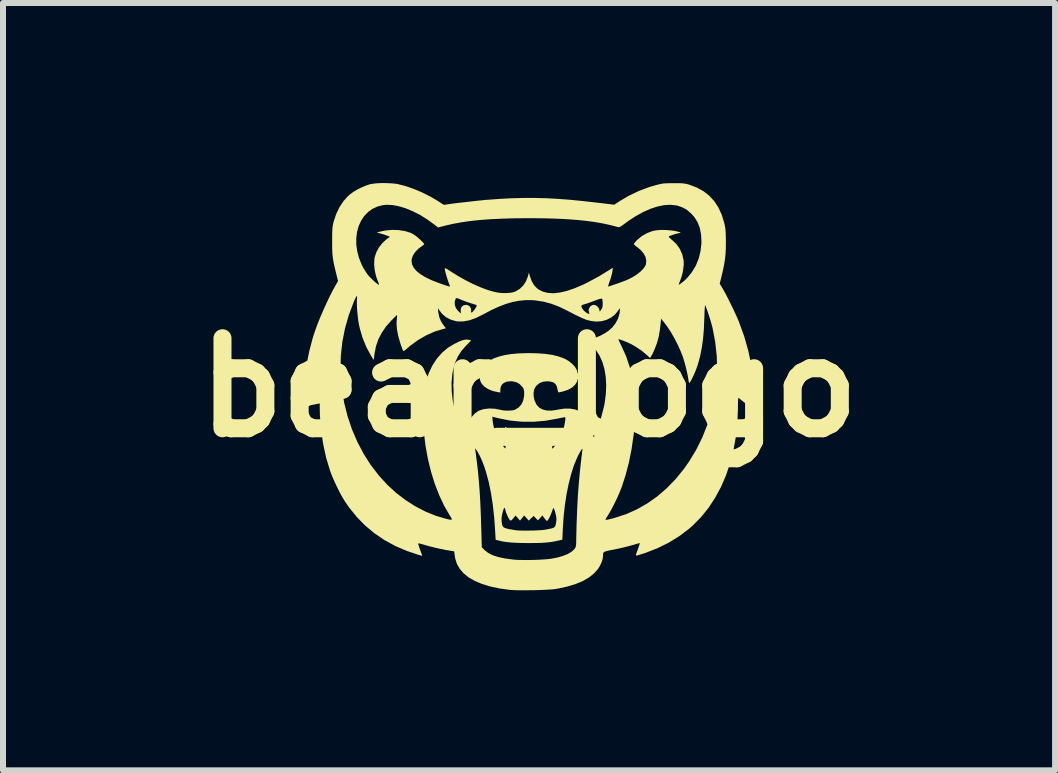
<source format=kicad_pcb>
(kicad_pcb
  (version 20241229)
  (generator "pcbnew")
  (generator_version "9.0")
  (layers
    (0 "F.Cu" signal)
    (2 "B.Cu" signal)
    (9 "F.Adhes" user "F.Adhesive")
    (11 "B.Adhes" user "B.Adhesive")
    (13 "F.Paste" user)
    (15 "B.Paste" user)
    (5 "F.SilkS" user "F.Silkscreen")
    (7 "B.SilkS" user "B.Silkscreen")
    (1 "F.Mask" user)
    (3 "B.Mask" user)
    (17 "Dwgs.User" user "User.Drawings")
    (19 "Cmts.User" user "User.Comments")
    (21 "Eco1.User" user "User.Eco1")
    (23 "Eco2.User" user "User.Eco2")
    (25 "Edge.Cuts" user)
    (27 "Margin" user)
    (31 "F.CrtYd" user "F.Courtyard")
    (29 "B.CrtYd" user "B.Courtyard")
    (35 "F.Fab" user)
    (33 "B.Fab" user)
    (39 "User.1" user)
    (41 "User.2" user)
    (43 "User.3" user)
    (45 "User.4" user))
  (footprint "bear_logo"
    (layer "F.Cu")
    (at 5.764 3.407)
    (property "Reference" "bear_logo" (at 0 0 0) (layer "F.SilkS") (effects (font (size 1.5 1.5) (thickness 0.3))))
    (attr board_only exclude_from_pos_files exclude_from_bom)
    (fp_poly (pts (xy -2.368 -3.406) (xy -2.291 -3.402) (xy -2.222 -3.396) (xy -2.179 -3.388) (xy -2.054 -3.356) (xy -1.922 -3.31) (xy -1.788 -3.254) (xy -1.657 -3.189) (xy -1.534 -3.118) (xy -1.51 -3.102) (xy -1.419 -3.044) (xy -1.333 -3.056) (xy -1.279 -3.064) (xy -1.209 -3.073) (xy -1.128 -3.082) (xy -1.04 -3.092) (xy -0.951 -3.102) (xy -0.863 -3.112) (xy -0.783 -3.12) (xy -0.715 -3.127) (xy -0.684 -3.129) (xy -0.48 -3.144) (xy -0.284 -3.154) (xy -0.092 -3.159) (xy 0.099 -3.159) (xy 0.292 -3.154) (xy 0.491 -3.143) (xy 0.699 -3.127) (xy 0.919 -3.105) (xy 1.156 -3.078) (xy 1.157 -3.078) (xy 1.419 -3.046) (xy 1.514 -3.108) (xy 1.671 -3.2) (xy 1.839 -3.279) (xy 2.014 -3.344) (xy 2.149 -3.382) (xy 2.189 -3.391) (xy 2.226 -3.398) (xy 2.265 -3.402) (xy 2.312 -3.404) (xy 2.37 -3.405) (xy 2.415 -3.405) (xy 2.48 -3.405) (xy 2.529 -3.404) (xy 2.568 -3.401) (xy 2.599 -3.397) (xy 2.629 -3.391) (xy 2.662 -3.382) (xy 2.675 -3.378) (xy 2.799 -3.331) (xy 2.91 -3.269) (xy 3.006 -3.194) (xy 3.088 -3.104) (xy 3.156 -2.999) (xy 3.211 -2.88) (xy 3.252 -2.746) (xy 3.259 -2.717) (xy 3.267 -2.677) (xy 3.272 -2.637) (xy 3.276 -2.593) (xy 3.278 -2.54) (xy 3.28 -2.474) (xy 3.28 -2.425) (xy 3.279 -2.316) (xy 3.274 -2.22) (xy 3.264 -2.13) (xy 3.249 -2.039) (xy 3.228 -1.94) (xy 3.211 -1.866) (xy 3.177 -1.731) (xy 3.227 -1.648) (xy 3.254 -1.6) (xy 3.287 -1.539) (xy 3.324 -1.467) (xy 3.362 -1.39) (xy 3.401 -1.311) (xy 3.436 -1.235) (xy 3.468 -1.166) (xy 3.492 -1.108) (xy 3.495 -1.102) (xy 3.585 -0.854) (xy 3.655 -0.607) (xy 3.699 -0.398) (xy 3.708 -0.345) (xy 3.714 -0.296) (xy 3.718 -0.246) (xy 3.721 -0.189) (xy 3.722 -0.121) (xy 3.723 -0.055) (xy 3.722 0.028) (xy 3.72 0.106) (xy 3.716 0.175) (xy 3.71 0.233) (xy 3.704 0.279) (xy 3.697 0.309) (xy 3.689 0.322) (xy 3.687 0.322) (xy 3.677 0.316) (xy 3.655 0.3) (xy 3.624 0.277) (xy 3.589 0.25) (xy 3.553 0.221) (xy 3.519 0.194) (xy 3.497 0.176) (xy 3.492 0.173) (xy 3.488 0.177) (xy 3.485 0.19) (xy 3.483 0.215) (xy 3.482 0.254) (xy 3.481 0.309) (xy 3.481 0.35) (xy 3.471 0.59) (xy 3.446 0.822) (xy 3.406 1.045) (xy 3.351 1.259) (xy 3.282 1.463) (xy 3.199 1.655) (xy 3.102 1.835) (xy 2.992 2.003) (xy 2.869 2.156) (xy 2.733 2.294) (xy 2.668 2.352) (xy 2.505 2.475) (xy 2.329 2.584) (xy 2.14 2.677) (xy 1.937 2.756) (xy 1.858 2.781) (xy 1.819 2.793) (xy 1.794 2.799) (xy 1.783 2.797) (xy 1.782 2.783) (xy 1.791 2.755) (xy 1.808 2.711) (xy 1.809 2.707) (xy 1.823 2.67) (xy 1.834 2.636) (xy 1.84 2.616) (xy 1.846 2.59) (xy 1.717 2.627) (xy 1.66 2.643) (xy 1.591 2.66) (xy 1.516 2.678) (xy 1.444 2.693) (xy 1.416 2.699) (xy 1.352 2.711) (xy 1.305 2.721) (xy 1.272 2.731) (xy 1.251 2.74) (xy 1.24 2.753) (xy 1.234 2.769) (xy 1.233 2.791) (xy 1.233 2.81) (xy 1.225 2.864) (xy 1.204 2.924) (xy 1.172 2.987) (xy 1.149 3.023) (xy 1.083 3.097) (xy 0.999 3.164) (xy 0.898 3.223) (xy 0.778 3.273) (xy 0.64 3.315) (xy 0.485 3.349) (xy 0.438 3.357) (xy 0.394 3.362) (xy 0.334 3.366) (xy 0.261 3.37) (xy 0.179 3.373) (xy 0.092 3.376) (xy 0.003 3.377) (xy -0.083 3.378) (xy -0.164 3.378) (xy -0.235 3.376) (xy -0.293 3.373) (xy -0.322 3.371) (xy -0.493 3.347) (xy -0.648 3.314) (xy -0.784 3.272) (xy -0.903 3.222) (xy -1.005 3.164) (xy -1.088 3.097) (xy -1.153 3.022) (xy -1.201 2.939) (xy -1.23 2.847) (xy -1.235 2.814) (xy -1.247 2.729) (xy -1.323 2.717) (xy -1.388 2.706) (xy -1.466 2.69) (xy -1.548 2.672) (xy -1.63 2.652) (xy -1.704 2.632) (xy -1.756 2.617) (xy -1.801 2.604) (xy -1.829 2.597) (xy -1.844 2.598) (xy -1.847 2.602) (xy -1.843 2.616) (xy -1.835 2.644) (xy -1.823 2.68) (xy -1.809 2.719) (xy -1.795 2.757) (xy -1.783 2.786) (xy -1.782 2.79) (xy -1.779 2.799) (xy -1.784 2.802) (xy -1.801 2.799) (xy -1.828 2.792) (xy -2.036 2.722) (xy -2.229 2.639) (xy -2.409 2.541) (xy -2.575 2.428) (xy -2.728 2.301) (xy -2.868 2.158) (xy -2.996 2) (xy -3.064 1.902) (xy -3.106 1.833) (xy -3.152 1.751) (xy -3.197 1.66) (xy -3.241 1.567) (xy -3.28 1.478) (xy -3.311 1.397) (xy -3.314 1.388) (xy -3.38 1.17) (xy -3.43 0.941) (xy -3.465 0.703) (xy -3.484 0.461) (xy -3.487 0.31) (xy -3.487 0.161) (xy -3.55 0.214) (xy -3.598 0.254) (xy -3.639 0.287) (xy -3.669 0.309) (xy -3.687 0.321) (xy -3.691 0.322) (xy -3.697 0.312) (xy -3.704 0.286) (xy -3.712 0.244) (xy -3.719 0.191) (xy -3.725 0.129) (xy -3.728 0.092) (xy -3.733 -0.068) (xy -3.723 -0.241) (xy -3.717 -0.289) (xy -3.141 -0.289) (xy -3.127 -0.051) (xy -3.118 0.02) (xy -3.08 0.252) (xy -3.023 0.478) (xy -2.95 0.696) (xy -2.86 0.905) (xy -2.755 1.105) (xy -2.635 1.293) (xy -2.5 1.468) (xy -2.36 1.621) (xy -2.214 1.755) (xy -2.057 1.875) (xy -1.892 1.98) (xy -1.722 2.068) (xy -1.548 2.138) (xy -1.379 2.188) (xy -1.331 2.199) (xy -1.301 2.203) (xy -1.287 2.2) (xy -1.287 2.188) (xy -1.299 2.164) (xy -1.317 2.136) (xy -1.411 1.975) (xy -1.495 1.797) (xy -1.569 1.607) (xy -1.632 1.404) (xy -1.684 1.192) (xy -1.717 1.011) (xy -0.902 1.011) (xy -0.896 1.038) (xy -0.893 1.057) (xy -0.888 1.092) (xy -0.882 1.138) (xy -0.875 1.192) (xy -0.871 1.219) (xy -0.853 1.375) (xy -0.837 1.541) (xy -0.823 1.718) (xy -0.812 1.909) (xy -0.803 2.115) (xy -0.796 2.339) (xy -0.794 2.394) (xy -0.787 2.661) (xy -0.736 2.712) (xy -0.679 2.756) (xy -0.604 2.794) (xy -0.511 2.824) (xy -0.399 2.848) (xy -0.269 2.865) (xy -0.244 2.868) (xy -0.18 2.872) (xy -0.102 2.873) (xy -0.016 2.874) (xy 0.075 2.872) (xy 0.164 2.869) (xy 0.247 2.864) (xy 0.319 2.858) (xy 0.362 2.853) (xy 0.47 2.833) (xy 0.564 2.806) (xy 0.644 2.774) (xy 0.707 2.737) (xy 0.753 2.696) (xy 0.757 2.69) (xy 0.768 2.675) (xy 0.775 2.661) (xy 0.781 2.644) (xy 0.784 2.619) (xy 0.786 2.584) (xy 0.787 2.535) (xy 0.787 2.507) (xy 0.793 2.265) (xy 0.796 2.199) (xy 1.273 2.199) (xy 1.279 2.203) (xy 1.298 2.203) (xy 1.331 2.196) (xy 1.381 2.184) (xy 1.435 2.169) (xy 1.622 2.108) (xy 1.802 2.027) (xy 1.975 1.928) (xy 2.139 1.812) (xy 2.295 1.677) (xy 2.442 1.526) (xy 2.579 1.358) (xy 2.667 1.233) (xy 2.786 1.036) (xy 2.888 0.83) (xy 2.973 0.615) (xy 3.04 0.395) (xy 3.09 0.169) (xy 3.121 -0.061) (xy 3.134 -0.292) (xy 3.128 -0.524) (xy 3.103 -0.755) (xy 3.06 -0.983) (xy 3.049 -1.027) (xy 3.037 -1.07) (xy 3.023 -1.12) (xy 3.006 -1.175) (xy 2.988 -1.229) (xy 2.971 -1.279) (xy 2.956 -1.322) (xy 2.943 -1.354) (xy 2.935 -1.371) (xy 2.934 -1.372) (xy 2.932 -1.364) (xy 2.929 -1.34) (xy 2.926 -1.3) (xy 2.924 -1.248) (xy 2.922 -1.187) (xy 2.92 -1.14) (xy 2.913 -0.965) (xy 2.899 -0.806) (xy 2.878 -0.659) (xy 2.851 -0.523) (xy 2.815 -0.392) (xy 2.8 -0.347) (xy 2.785 -0.305) (xy 2.766 -0.257) (xy 2.744 -0.208) (xy 2.722 -0.162) (xy 2.702 -0.122) (xy 2.685 -0.092) (xy 2.674 -0.077) (xy 2.673 -0.076) (xy 2.667 -0.082) (xy 2.66 -0.103) (xy 2.657 -0.123) (xy 2.647 -0.186) (xy 2.631 -0.261) (xy 2.612 -0.342) (xy 2.591 -0.42) (xy 2.57 -0.49) (xy 2.565 -0.507) (xy 2.526 -0.606) (xy 2.479 -0.711) (xy 2.425 -0.816) (xy 2.367 -0.918) (xy 2.307 -1.01) (xy 2.249 -1.089) (xy 2.236 -1.104) (xy 2.2 -1.147) (xy 2.194 -1.079) (xy 2.18 -0.957) (xy 2.161 -0.85) (xy 2.142 -0.776) (xy 2.125 -0.723) (xy 2.103 -0.665) (xy 2.079 -0.607) (xy 2.055 -0.556) (xy 2.033 -0.518) (xy 2.032 -0.515) (xy 2.016 -0.492) (xy 1.964 -0.541) (xy 1.879 -0.612) (xy 1.782 -0.678) (xy 1.701 -0.724) (xy 1.661 -0.743) (xy 1.617 -0.762) (xy 1.574 -0.779) (xy 1.536 -0.793) (xy 1.507 -0.802) (xy 1.491 -0.804) (xy 1.489 -0.803) (xy 1.492 -0.793) (xy 1.503 -0.769) (xy 1.519 -0.734) (xy 1.541 -0.691) (xy 1.544 -0.684) (xy 1.617 -0.523) (xy 1.676 -0.347) (xy 1.723 -0.158) (xy 1.748 -0.015) (xy 1.753 0.035) (xy 1.757 0.102) (xy 1.76 0.181) (xy 1.761 0.27) (xy 1.761 0.363) (xy 1.76 0.459) (xy 1.758 0.552) (xy 1.754 0.64) (xy 1.75 0.719) (xy 1.744 0.784) (xy 1.742 0.795) (xy 1.708 1.03) (xy 1.663 1.253) (xy 1.608 1.463) (xy 1.545 1.656) (xy 1.508 1.749) (xy 1.479 1.816) (xy 1.444 1.89) (xy 1.407 1.965) (xy 1.37 2.035) (xy 1.336 2.096) (xy 1.317 2.126) (xy 1.297 2.158) (xy 1.281 2.184) (xy 1.273 2.198) (xy 1.273 2.199) (xy 0.796 2.199) (xy 0.802 2.031) (xy 0.814 1.806) (xy 0.83 1.593) (xy 0.848 1.395) (xy 0.866 1.234) (xy 0.873 1.172) (xy 0.88 1.117) (xy 0.885 1.072) (xy 0.889 1.04) (xy 0.891 1.024) (xy 0.891 1.023) (xy 0.886 1.021) (xy 0.875 1.034) (xy 0.859 1.059) (xy 0.84 1.093) (xy 0.819 1.132) (xy 0.8 1.172) (xy 0.747 1.3) (xy 0.701 1.445) (xy 0.66 1.606) (xy 0.625 1.78) (xy 0.597 1.964) (xy 0.576 2.158) (xy 0.563 2.357) (xy 0.562 2.382) (xy 0.555 2.535) (xy 0.489 2.55) (xy 0.428 2.563) (xy 0.371 2.573) (xy 0.314 2.58) (xy 0.254 2.585) (xy 0.185 2.589) (xy 0.105 2.59) (xy 0.009 2.591) (xy -0.01 2.591) (xy -0.126 2.59) (xy -0.226 2.586) (xy -0.311 2.581) (xy -0.385 2.573) (xy -0.451 2.562) (xy -0.513 2.547) (xy -0.518 2.546) (xy -0.556 2.536) (xy -0.563 2.413) (xy -0.578 2.192) (xy -0.458 2.192) (xy -0.456 2.233) (xy -0.451 2.271) (xy -0.447 2.288) (xy -0.44 2.307) (xy -0.429 2.323) (xy -0.411 2.336) (xy -0.384 2.346) (xy -0.345 2.356) (xy -0.291 2.366) (xy -0.221 2.377) (xy -0.206 2.379) (xy -0.171 2.382) (xy -0.121 2.383) (xy -0.06 2.384) (xy 0.008 2.383) (xy 0.076 2.382) (xy 0.142 2.379) (xy 0.2 2.376) (xy 0.245 2.372) (xy 0.257 2.37) (xy 0.304 2.362) (xy 0.348 2.353) (xy 0.383 2.345) (xy 0.392 2.342) (xy 0.419 2.33) (xy 0.434 2.314) (xy 0.444 2.287) (xy 0.444 2.283) (xy 0.452 2.245) (xy 0.457 2.206) (xy 0.457 2.198) (xy 0.454 2.161) (xy 0.446 2.115) (xy 0.434 2.069) (xy 0.421 2.031) (xy 0.416 2.02) (xy 0.409 2.01) (xy 0.403 2.012) (xy 0.396 2.027) (xy 0.385 2.058) (xy 0.383 2.063) (xy 0.369 2.101) (xy 0.352 2.141) (xy 0.334 2.177) (xy 0.317 2.205) (xy 0.304 2.221) (xy 0.299 2.224) (xy 0.29 2.216) (xy 0.272 2.197) (xy 0.257 2.177) (xy 0.222 2.131) (xy 0.186 2.172) (xy 0.149 2.213) (xy 0.113 2.176) (xy 0.076 2.139) (xy 0.036 2.178) (xy -0.004 2.217) (xy -0.042 2.174) (xy -0.081 2.131) (xy -0.115 2.174) (xy -0.15 2.217) (xy -0.187 2.174) (xy -0.224 2.132) (xy -0.262 2.178) (xy -0.284 2.204) (xy -0.298 2.215) (xy -0.309 2.215) (xy -0.315 2.212) (xy -0.33 2.193) (xy -0.348 2.161) (xy -0.366 2.122) (xy -0.382 2.083) (xy -0.392 2.049) (xy -0.394 2.04) (xy -0.4 2.016) (xy -0.407 2.003) (xy -0.408 2.003) (xy -0.417 2.012) (xy -0.427 2.036) (xy -0.437 2.07) (xy -0.447 2.109) (xy -0.454 2.149) (xy -0.458 2.184) (xy -0.458 2.192) (xy -0.578 2.192) (xy -0.579 2.175) (xy -0.603 1.956) (xy -0.634 1.755) (xy -0.672 1.57) (xy -0.718 1.402) (xy -0.745 1.319) (xy -0.77 1.252) (xy -0.797 1.187) (xy -0.825 1.128) (xy -0.852 1.079) (xy -0.875 1.043) (xy -0.88 1.037) (xy -0.902 1.011) (xy -1.717 1.011) (xy -1.724 0.973) (xy -1.752 0.748) (xy -1.767 0.52) (xy -1.77 0.382) (xy -1.769 0.291) (xy -1.768 0.217) (xy -1.765 0.155) (xy -1.76 0.104) (xy -1.753 0.06) (xy -1.718 -0.099) (xy -1.669 -0.243) (xy -1.608 -0.371) (xy -1.533 -0.485) (xy -1.446 -0.583) (xy -1.347 -0.666) (xy -1.243 -0.728) (xy -1.174 -0.762) (xy -1.117 -0.785) (xy -1.071 -0.797) (xy -1.033 -0.8) (xy -1.005 -0.796) (xy -0.963 -0.785) (xy -1.05 -0.697) (xy -1.126 -0.61) (xy -1.186 -0.517) (xy -1.232 -0.414) (xy -1.264 -0.299) (xy -1.278 -0.223) (xy -1.291 -0.083) (xy -1.288 0.065) (xy -1.27 0.222) (xy -1.235 0.39) (xy -1.228 0.415) (xy -1.212 0.475) (xy -1.193 0.54) (xy -1.171 0.608) (xy -1.149 0.673) (xy -1.128 0.731) (xy -1.109 0.778) (xy -1.097 0.805) (xy -1.084 0.83) (xy -1.078 0.805) (xy -1.074 0.782) (xy -1.067 0.747) (xy -1.061 0.715) (xy -1.038 0.636) (xy -1.003 0.561) (xy -0.959 0.493) (xy -0.951 0.485) (xy -0.611 0.485) (xy -0.605 0.562) (xy -0.593 0.635) (xy -0.571 0.715) (xy -0.543 0.794) (xy -0.51 0.863) (xy -0.501 0.88) (xy -0.478 0.914) (xy -0.453 0.948) (xy -0.429 0.978) (xy -0.409 1.001) (xy -0.395 1.013) (xy -0.391 1.013) (xy -0.39 1.002) (xy -0.392 0.976) (xy -0.397 0.945) (xy -0.402 0.9) (xy -0.405 0.847) (xy -0.406 0.79) (xy -0.405 0.738) (xy -0.401 0.696) (xy -0.399 0.681) (xy -0.392 0.652) (xy -0.314 0.733) (xy -0.283 0.766) (xy -0.257 0.792) (xy -0.239 0.81) (xy -0.233 0.815) (xy -0.228 0.806) (xy -0.218 0.784) (xy -0.207 0.755) (xy -0.195 0.724) (xy -0.186 0.702) (xy -0.182 0.694) (xy -0.174 0.702) (xy -0.158 0.722) (xy -0.136 0.751) (xy -0.125 0.766) (xy -0.072 0.838) (xy -0.058 0.809) (xy -0.047 0.782) (xy -0.032 0.748) (xy -0.024 0.73) (xy -0.003 0.679) (xy 0.016 0.72) (xy 0.032 0.756) (xy 0.048 0.793) (xy 0.05 0.798) (xy 0.066 0.837) (xy 0.123 0.764) (xy 0.179 0.692) (xy 0.196 0.736) (xy 0.208 0.767) (xy 0.218 0.793) (xy 0.22 0.799) (xy 0.225 0.806) (xy 0.233 0.805) (xy 0.248 0.795) (xy 0.272 0.774) (xy 0.307 0.74) (xy 0.342 0.705) (xy 0.365 0.684) (xy 0.38 0.674) (xy 0.389 0.673) (xy 0.394 0.679) (xy 0.395 0.68) (xy 0.398 0.7) (xy 0.4 0.735) (xy 0.401 0.78) (xy 0.4 0.83) (xy 0.398 0.881) (xy 0.395 0.926) (xy 0.391 0.961) (xy 0.39 0.969) (xy 0.386 0.996) (xy 0.386 1.013) (xy 0.389 1.016) (xy 0.4 1.009) (xy 0.419 0.988) (xy 0.443 0.958) (xy 0.468 0.923) (xy 0.493 0.886) (xy 0.507 0.863) (xy 0.525 0.826) (xy 0.545 0.779) (xy 0.562 0.735) (xy 0.573 0.697) (xy 0.584 0.653) (xy 0.593 0.607) (xy 0.601 0.563) (xy 0.605 0.527) (xy 0.606 0.503) (xy 0.604 0.495) (xy 0.593 0.495) (xy 0.566 0.499) (xy 0.528 0.506) (xy 0.482 0.516) (xy 0.481 0.516) (xy 0.276 0.553) (xy 0.077 0.57) (xy -0.119 0.569) (xy -0.315 0.55) (xy -0.512 0.511) (xy -0.557 0.5) (xy -0.611 0.485) (xy -0.951 0.485) (xy -0.907 0.436) (xy -0.851 0.394) (xy -0.827 0.382) (xy -0.752 0.359) (xy -0.665 0.349) (xy -0.571 0.353) (xy -0.474 0.371) (xy -0.463 0.374) (xy -0.417 0.382) (xy -0.363 0.385) (xy -0.309 0.383) (xy -0.26 0.377) (xy -0.231 0.368) (xy -0.174 0.333) (xy -0.129 0.284) (xy -0.098 0.221) (xy -0.083 0.147) (xy -0.081 0.109) (xy -0.081 0.068) (xy -0.085 0.04) (xy -0.093 0.017) (xy -0.107 -0.006) (xy -0.111 -0.011) (xy -0.156 -0.058) (xy -0.212 -0.089) (xy -0.279 -0.104) (xy -0.306 -0.105) (xy -0.37 -0.098) (xy -0.42 -0.077) (xy -0.455 -0.044) (xy -0.474 0.001) (xy -0.478 0.039) (xy -0.478 0.083) (xy -0.521 0.076) (xy -0.606 0.057) (xy -0.68 0.026) (xy -0.741 -0.013) (xy -0.786 -0.061) (xy -0.798 -0.081) (xy -0.811 -0.109) (xy -0.818 -0.136) (xy -0.819 -0.169) (xy -0.818 -0.196) (xy -0.805 -0.272) (xy -0.775 -0.338) (xy -0.728 -0.396) (xy -0.663 -0.446) (xy -0.581 -0.488) (xy -0.512 -0.513) (xy -0.414 -0.539) (xy -0.304 -0.557) (xy -0.178 -0.569) (xy -0.035 -0.573) (xy -0.002 -0.574) (xy 0.144 -0.57) (xy 0.273 -0.561) (xy 0.387 -0.544) (xy 0.486 -0.52) (xy 0.574 -0.489) (xy 0.615 -0.47) (xy 0.671 -0.435) (xy 0.723 -0.392) (xy 0.765 -0.346) (xy 0.793 -0.299) (xy 0.794 -0.297) (xy 0.815 -0.226) (xy 0.817 -0.159) (xy 0.8 -0.098) (xy 0.766 -0.044) (xy 0.715 0.002) (xy 0.647 0.039) (xy 0.566 0.065) (xy 0.532 0.073) (xy 0.505 0.079) (xy 0.492 0.08) (xy 0.485 0.071) (xy 0.478 0.048) (xy 0.475 0.031) (xy 0.462 -0.023) (xy 0.438 -0.062) (xy 0.401 -0.088) (xy 0.349 -0.101) (xy 0.302 -0.104) (xy 0.234 -0.097) (xy 0.178 -0.076) (xy 0.13 -0.038) (xy 0.112 -0.017) (xy 0.087 0.029) (xy 0.076 0.085) (xy 0.077 0.147) (xy 0.091 0.211) (xy 0.118 0.271) (xy 0.132 0.294) (xy 0.175 0.338) (xy 0.231 0.367) (xy 0.299 0.383) (xy 0.38 0.384) (xy 0.472 0.37) (xy 0.483 0.367) (xy 0.588 0.351) (xy 0.686 0.351) (xy 0.775 0.367) (xy 0.853 0.4) (xy 0.893 0.426) (xy 0.943 0.474) (xy 0.987 0.537) (xy 1.024 0.612) (xy 1.052 0.692) (xy 1.068 0.775) (xy 1.069 0.781) (xy 1.073 0.813) (xy 1.076 0.827) (xy 1.08 0.826) (xy 1.088 0.812) (xy 1.089 0.81) (xy 1.11 0.765) (xy 1.134 0.704) (xy 1.159 0.632) (xy 1.185 0.553) (xy 1.209 0.472) (xy 1.23 0.392) (xy 1.248 0.319) (xy 1.258 0.273) (xy 1.279 0.118) (xy 1.286 -0.031) (xy 1.279 -0.171) (xy 1.258 -0.303) (xy 1.223 -0.424) (xy 1.174 -0.533) (xy 1.112 -0.63) (xy 1.038 -0.713) (xy 1.001 -0.744) (xy 0.95 -0.784) (xy 0.993 -0.795) (xy 1.099 -0.827) (xy 1.191 -0.865) (xy 1.276 -0.913) (xy 1.32 -0.942) (xy 1.386 -1) (xy 1.441 -1.07) (xy 1.482 -1.147) (xy 1.507 -1.228) (xy 1.511 -1.256) (xy 1.514 -1.289) (xy 1.514 -1.311) (xy 1.513 -1.318) (xy 1.505 -1.311) (xy 1.49 -1.291) (xy 1.476 -1.269) (xy 1.428 -1.212) (xy 1.365 -1.164) (xy 1.292 -1.128) (xy 1.213 -1.106) (xy 1.132 -1.099) (xy 1.099 -1.101) (xy 1.057 -1.106) (xy 1.018 -1.113) (xy 0.98 -1.122) (xy 0.939 -1.135) (xy 0.895 -1.153) (xy 0.843 -1.177) (xy 0.78 -1.207) (xy 0.705 -1.246) (xy 0.639 -1.28) (xy 0.501 -1.347) (xy 0.459 -1.363) (xy 0.873 -1.363) (xy 0.874 -1.342) (xy 0.891 -1.311) (xy 0.893 -1.307) (xy 0.913 -1.283) (xy 0.937 -1.262) (xy 0.961 -1.244) (xy 0.983 -1.232) (xy 0.999 -1.227) (xy 1.006 -1.232) (xy 1.002 -1.247) (xy 0.993 -1.283) (xy 1 -1.319) (xy 1.02 -1.351) (xy 1.05 -1.372) (xy 1.08 -1.379) (xy 1.116 -1.369) (xy 1.147 -1.345) (xy 1.168 -1.311) (xy 1.171 -1.298) (xy 1.178 -1.264) (xy 1.203 -1.299) (xy 1.217 -1.323) (xy 1.225 -1.349) (xy 1.228 -1.384) (xy 1.228 -1.401) (xy 1.226 -1.437) (xy 1.222 -1.465) (xy 1.217 -1.479) (xy 1.205 -1.482) (xy 1.181 -1.477) (xy 1.142 -1.465) (xy 1.091 -1.446) (xy 1.041 -1.427) (xy 0.991 -1.409) (xy 0.949 -1.395) (xy 0.923 -1.388) (xy 0.889 -1.377) (xy 0.873 -1.363) (xy 0.459 -1.363) (xy 0.369 -1.397) (xy 0.241 -1.431) (xy 0.112 -1.451) (xy 0.05 -1.456) (xy -0.059 -1.456) (xy -0.166 -1.446) (xy -0.275 -1.425) (xy -0.388 -1.392) (xy -0.507 -1.346) (xy -0.635 -1.287) (xy -0.774 -1.213) (xy -0.775 -1.213) (xy -0.886 -1.158) (xy -0.991 -1.121) (xy -1.09 -1.102) (xy -1.18 -1.101) (xy -1.217 -1.106) (xy -1.306 -1.132) (xy -1.384 -1.173) (xy -1.449 -1.229) (xy -1.487 -1.278) (xy -1.517 -1.323) (xy -1.512 -1.257) (xy -1.496 -1.174) (xy -1.46 -1.092) (xy -1.421 -1.034) (xy -1.384 -0.987) (xy -1.412 -0.98) (xy -1.558 -0.938) (xy -1.703 -0.875) (xy -1.843 -0.795) (xy -1.978 -0.697) (xy -2.026 -0.656) (xy -2.058 -0.628) (xy -2.08 -0.614) (xy -2.092 -0.61) (xy -2.099 -0.614) (xy -2.105 -0.629) (xy -2.116 -0.659) (xy -2.131 -0.699) (xy -2.147 -0.746) (xy -2.148 -0.75) (xy -2.181 -0.866) (xy -2.201 -0.974) (xy -2.207 -1.071) (xy -2.203 -1.136) (xy -2.199 -1.171) (xy -2.198 -1.197) (xy -2.199 -1.207) (xy -2.199 -1.208) (xy -2.208 -1.201) (xy -2.228 -1.182) (xy -2.256 -1.155) (xy -2.289 -1.121) (xy -2.291 -1.12) (xy -2.383 -1.016) (xy -2.455 -0.91) (xy -2.511 -0.802) (xy -2.55 -0.687) (xy -2.574 -0.564) (xy -2.575 -0.557) (xy -2.587 -0.458) (xy -2.634 -0.534) (xy -2.71 -0.673) (xy -2.772 -0.825) (xy -2.819 -0.985) (xy -2.832 -1.042) (xy -2.843 -1.105) (xy -2.852 -1.177) (xy -2.86 -1.253) (xy -2.866 -1.327) (xy -2.868 -1.395) (xy -2.868 -1.429) (xy -1.238 -1.429) (xy -1.236 -1.375) (xy -1.217 -1.323) (xy -1.182 -1.276) (xy -1.181 -1.276) (xy -1.158 -1.255) (xy -1.142 -1.241) (xy -1.136 -1.238) (xy -1.135 -1.246) (xy -1.137 -1.268) (xy -1.138 -1.272) (xy -1.137 -1.315) (xy -1.12 -1.349) (xy -1.088 -1.371) (xy -1.05 -1.378) (xy -1.013 -1.37) (xy -0.984 -1.347) (xy -0.966 -1.314) (xy -0.964 -1.281) (xy -0.966 -1.259) (xy -0.962 -1.248) (xy -0.962 -1.248) (xy -0.947 -1.255) (xy -0.928 -1.274) (xy -0.907 -1.3) (xy -0.888 -1.328) (xy -0.875 -1.353) (xy -0.871 -1.37) (xy -0.872 -1.373) (xy -0.883 -1.377) (xy -0.908 -1.386) (xy -0.943 -1.397) (xy -0.963 -1.403) (xy -1.017 -1.42) (xy -1.075 -1.441) (xy -1.127 -1.461) (xy -1.132 -1.464) (xy -1.171 -1.48) (xy -1.196 -1.488) (xy -1.211 -1.49) (xy -1.219 -1.486) (xy -1.222 -1.481) (xy -1.238 -1.429) (xy -2.868 -1.429) (xy -2.868 -1.451) (xy -2.867 -1.472) (xy -2.864 -1.506) (xy -2.866 -1.522) (xy -2.873 -1.522) (xy -2.884 -1.504) (xy -2.902 -1.468) (xy -2.919 -1.429) (xy -3.002 -1.209) (xy -3.066 -0.985) (xy -3.111 -0.756) (xy -3.136 -0.524) (xy -3.141 -0.289) (xy -3.717 -0.289) (xy -3.698 -0.426) (xy -3.658 -0.62) (xy -3.604 -0.824) (xy -3.596 -0.85) (xy -3.564 -0.947) (xy -3.524 -1.057) (xy -3.477 -1.174) (xy -3.425 -1.294) (xy -3.371 -1.413) (xy -3.317 -1.526) (xy -3.265 -1.628) (xy -3.234 -1.682) (xy -3.182 -1.774) (xy -3.218 -1.921) (xy -3.238 -2.003) (xy -3.253 -2.07) (xy -3.264 -2.129) (xy -3.271 -2.183) (xy -3.276 -2.239) (xy -3.279 -2.3) (xy -3.28 -2.372) (xy -3.28 -2.445) (xy -3.28 -2.492) (xy -2.878 -2.492) (xy -2.878 -2.384) (xy -2.863 -2.273) (xy -2.833 -2.16) (xy -2.788 -2.048) (xy -2.783 -2.038) (xy -2.757 -1.988) (xy -2.726 -1.938) (xy -2.697 -1.894) (xy -2.682 -1.875) (xy -2.657 -1.846) (xy -2.625 -1.814) (xy -2.591 -1.781) (xy -2.557 -1.751) (xy -2.528 -1.728) (xy -2.507 -1.714) (xy -2.499 -1.711) (xy -2.499 -1.719) (xy -2.506 -1.741) (xy -2.517 -1.767) (xy -2.55 -1.859) (xy -2.571 -1.956) (xy -2.58 -2.052) (xy -2.576 -2.142) (xy -2.57 -2.176) (xy -2.544 -2.254) (xy -2.502 -2.332) (xy -2.446 -2.404) (xy -2.381 -2.465) (xy -2.359 -2.481) (xy -2.318 -2.51) (xy -2.343 -2.523) (xy -2.364 -2.531) (xy -2.398 -2.543) (xy -2.439 -2.556) (xy -2.452 -2.56) (xy -2.536 -2.584) (xy -2.495 -2.595) (xy -2.386 -2.618) (xy -2.276 -2.627) (xy -2.168 -2.623) (xy -2.067 -2.607) (xy -1.976 -2.579) (xy -1.934 -2.559) (xy -1.908 -2.542) (xy -1.876 -2.518) (xy -1.841 -2.489) (xy -1.807 -2.458) (xy -1.777 -2.429) (xy -1.756 -2.406) (xy -1.746 -2.391) (xy -1.746 -2.39) (xy -1.754 -2.379) (xy -1.774 -2.363) (xy -1.789 -2.353) (xy -1.85 -2.307) (xy -1.899 -2.254) (xy -1.935 -2.198) (xy -1.954 -2.142) (xy -1.957 -2.111) (xy -1.949 -2.053) (xy -1.922 -1.998) (xy -1.878 -1.944) (xy -1.814 -1.892) (xy -1.732 -1.842) (xy -1.648 -1.8) (xy -1.614 -1.785) (xy -1.57 -1.768) (xy -1.522 -1.749) (xy -1.471 -1.73) (xy -1.422 -1.713) (xy -1.379 -1.699) (xy -1.344 -1.688) (xy -1.323 -1.683) (xy -1.317 -1.683) (xy -1.319 -1.693) (xy -1.327 -1.717) (xy -1.339 -1.749) (xy -1.353 -1.788) (xy -1.368 -1.834) (xy -1.382 -1.882) (xy -1.394 -1.927) (xy -1.402 -1.963) (xy -1.404 -1.983) (xy -1.4 -1.988) (xy -1.387 -1.985) (xy -1.363 -1.972) (xy -1.325 -1.948) (xy -1.316 -1.942) (xy -1.188 -1.862) (xy -1.059 -1.789) (xy -0.932 -1.725) (xy -0.81 -1.671) (xy -0.697 -1.629) (xy -0.654 -1.615) (xy -0.585 -1.596) (xy -0.529 -1.584) (xy -0.48 -1.577) (xy -0.431 -1.574) (xy -0.376 -1.574) (xy -0.37 -1.575) (xy -0.317 -1.578) (xy -0.276 -1.585) (xy -0.239 -1.596) (xy -0.217 -1.606) (xy -0.151 -1.646) (xy -0.095 -1.702) (xy -0.05 -1.772) (xy -0.018 -1.853) (xy -0.014 -1.867) (xy -0.002 -1.916) (xy 0.015 -1.856) (xy 0.045 -1.773) (xy 0.083 -1.707) (xy 0.133 -1.654) (xy 0.164 -1.631) (xy 0.236 -1.596) (xy 0.319 -1.576) (xy 0.411 -1.571) (xy 0.514 -1.583) (xy 0.628 -1.609) (xy 0.754 -1.652) (xy 0.891 -1.71) (xy 0.956 -1.741) (xy 1.157 -1.848) (xy 1.358 -1.971) (xy 1.368 -1.978) (xy 1.397 -1.997) (xy 1.39 -1.94) (xy 1.384 -1.905) (xy 1.372 -1.858) (xy 1.357 -1.808) (xy 1.349 -1.785) (xy 1.334 -1.744) (xy 1.324 -1.711) (xy 1.318 -1.689) (xy 1.317 -1.684) (xy 1.328 -1.685) (xy 1.353 -1.693) (xy 1.39 -1.705) (xy 1.435 -1.72) (xy 1.485 -1.737) (xy 1.534 -1.755) (xy 1.581 -1.773) (xy 1.62 -1.788) (xy 1.646 -1.799) (xy 1.729 -1.841) (xy 1.802 -1.888) (xy 1.863 -1.937) (xy 1.91 -1.986) (xy 1.94 -2.034) (xy 1.948 -2.056) (xy 1.954 -2.115) (xy 1.941 -2.176) (xy 1.909 -2.235) (xy 1.861 -2.291) (xy 1.811 -2.333) (xy 1.78 -2.356) (xy 1.758 -2.376) (xy 1.746 -2.39) (xy 1.746 -2.392) (xy 1.753 -2.404) (xy 1.771 -2.426) (xy 1.796 -2.454) (xy 1.807 -2.464) (xy 1.879 -2.523) (xy 1.964 -2.572) (xy 2.056 -2.607) (xy 2.073 -2.611) (xy 2.131 -2.621) (xy 2.203 -2.626) (xy 2.281 -2.625) (xy 2.36 -2.619) (xy 2.433 -2.609) (xy 2.494 -2.594) (xy 2.51 -2.589) (xy 2.525 -2.582) (xy 2.524 -2.578) (xy 2.506 -2.574) (xy 2.495 -2.572) (xy 2.464 -2.565) (xy 2.426 -2.554) (xy 2.388 -2.542) (xy 2.355 -2.53) (xy 2.332 -2.52) (xy 2.327 -2.517) (xy 2.331 -2.508) (xy 2.347 -2.49) (xy 2.373 -2.467) (xy 2.38 -2.462) (xy 2.455 -2.392) (xy 2.512 -2.311) (xy 2.553 -2.22) (xy 2.575 -2.121) (xy 2.577 -2.108) (xy 2.578 -2.051) (xy 2.571 -1.982) (xy 2.558 -1.909) (xy 2.539 -1.838) (xy 2.521 -1.788) (xy 2.507 -1.754) (xy 2.498 -1.728) (xy 2.494 -1.715) (xy 2.494 -1.714) (xy 2.504 -1.717) (xy 2.525 -1.731) (xy 2.553 -1.752) (xy 2.585 -1.778) (xy 2.615 -1.806) (xy 2.635 -1.826) (xy 2.715 -1.924) (xy 2.78 -2.033) (xy 2.828 -2.152) (xy 2.859 -2.278) (xy 2.873 -2.409) (xy 2.873 -2.437) (xy 2.866 -2.555) (xy 2.845 -2.66) (xy 2.809 -2.753) (xy 2.758 -2.836) (xy 2.703 -2.898) (xy 2.635 -2.957) (xy 2.565 -2.998) (xy 2.485 -3.027) (xy 2.45 -3.035) (xy 2.356 -3.045) (xy 2.253 -3.039) (xy 2.142 -3.017) (xy 2.026 -2.979) (xy 1.906 -2.926) (xy 1.782 -2.858) (xy 1.657 -2.777) (xy 1.603 -2.737) (xy 1.557 -2.703) (xy 1.524 -2.682) (xy 1.501 -2.672) (xy 1.489 -2.672) (xy 1.363 -2.705) (xy 1.232 -2.734) (xy 1.093 -2.758) (xy 0.945 -2.778) (xy 0.786 -2.794) (xy 0.614 -2.806) (xy 0.428 -2.815) (xy 0.226 -2.82) (xy 0.006 -2.822) (xy -0.005 -2.822) (xy -0.233 -2.82) (xy -0.442 -2.814) (xy -0.635 -2.805) (xy -0.812 -2.792) (xy -0.976 -2.775) (xy -1.127 -2.753) (xy -1.268 -2.727) (xy -1.4 -2.697) (xy -1.402 -2.696) (xy -1.515 -2.667) (xy -1.578 -2.716) (xy -1.697 -2.802) (xy -1.817 -2.877) (xy -1.938 -2.938) (xy -2.056 -2.987) (xy -2.17 -3.021) (xy -2.277 -3.041) (xy -2.377 -3.045) (xy -2.427 -3.04) (xy -2.522 -3.017) (xy -2.607 -2.978) (xy -2.682 -2.924) (xy -2.746 -2.857) (xy -2.798 -2.779) (xy -2.838 -2.691) (xy -2.865 -2.594) (xy -2.878 -2.492) (xy -3.28 -2.492) (xy -3.28 -2.52) (xy -3.279 -2.579) (xy -3.277 -2.624) (xy -3.275 -2.66) (xy -3.271 -2.691) (xy -3.265 -2.721) (xy -3.258 -2.752) (xy -3.253 -2.771) (xy -3.212 -2.893) (xy -3.158 -3.005) (xy -3.092 -3.105) (xy -3.017 -3.189) (xy -2.981 -3.22) (xy -2.928 -3.259) (xy -2.862 -3.298) (xy -2.79 -3.334) (xy -2.718 -3.365) (xy -2.654 -3.386) (xy -2.647 -3.388) (xy -2.593 -3.397) (xy -2.525 -3.404) (xy -2.448 -3.407)) (stroke (width 0) (type solid)) (fill yes) (layer "F.SilkS")))
  (gr_rect
    (start -3 -3)
    (end 14.529 9.785)
    (stroke (width 0.1) (type default))
    (fill no)
    (layer "Edge.Cuts")))
</source>
